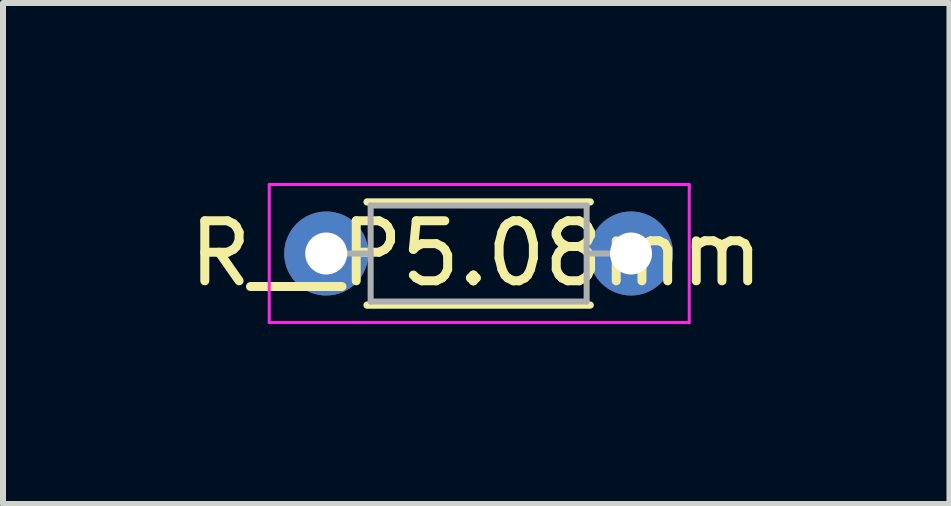
<source format=kicad_pcb>
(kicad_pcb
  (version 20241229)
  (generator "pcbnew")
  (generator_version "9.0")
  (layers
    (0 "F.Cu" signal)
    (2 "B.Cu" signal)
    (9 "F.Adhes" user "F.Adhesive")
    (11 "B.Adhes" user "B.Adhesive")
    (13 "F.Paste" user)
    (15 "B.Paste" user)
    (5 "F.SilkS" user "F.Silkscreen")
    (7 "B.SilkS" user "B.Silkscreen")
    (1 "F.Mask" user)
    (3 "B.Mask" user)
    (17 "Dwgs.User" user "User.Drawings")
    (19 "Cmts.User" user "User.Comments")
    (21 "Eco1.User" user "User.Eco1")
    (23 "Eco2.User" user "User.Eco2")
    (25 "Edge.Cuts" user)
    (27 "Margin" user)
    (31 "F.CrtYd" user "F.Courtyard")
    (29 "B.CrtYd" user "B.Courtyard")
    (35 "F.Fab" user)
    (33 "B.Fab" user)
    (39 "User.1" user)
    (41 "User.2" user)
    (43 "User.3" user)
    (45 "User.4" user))
  (footprint "R__P5.08mm"
    (layer "F.Cu")
    (at 4.887 1.175)
    (property "Reference" "R__P5.08mm" (at 0 0 0) (layer "F.SilkS") (effects (font (size 1 1) (thickness 0.15))))
    (attr through_hole)
    (fp_line (start -1.82 -0.86) (end 1.9 -0.86) (stroke (width 0.12) (type solid)) (layer "F.SilkS"))
    (fp_line (start -1.82 0.86) (end 1.9 0.86) (stroke (width 0.12) (type solid)) (layer "F.SilkS"))
    (fp_line (start -3.45 -1.15) (end -3.45 1.15) (stroke (width 0.05) (type solid)) (layer "F.CrtYd"))
    (fp_line (start -3.45 1.15) (end 3.55 1.15) (stroke (width 0.05) (type solid)) (layer "F.CrtYd"))
    (fp_line (start 3.55 -1.15) (end -3.45 -1.15) (stroke (width 0.05) (type solid)) (layer "F.CrtYd"))
    (fp_line (start 3.55 1.15) (end 3.55 -1.15) (stroke (width 0.05) (type solid)) (layer "F.CrtYd"))
    (fp_line (start -2.5 0) (end -1.76 0) (stroke (width 0.1) (type solid)) (layer "F.Fab"))
    (fp_line (start -1.76 -0.8) (end -1.76 0.8) (stroke (width 0.1) (type solid)) (layer "F.Fab"))
    (fp_line (start -1.76 0.8) (end 1.84 0.8) (stroke (width 0.1) (type solid)) (layer "F.Fab"))
    (fp_line (start 1.84 -0.8) (end -1.76 -0.8) (stroke (width 0.1) (type solid)) (layer "F.Fab"))
    (fp_line (start 1.84 0.8) (end 1.84 -0.8) (stroke (width 0.1) (type solid)) (layer "F.Fab"))
    (fp_line (start 2.58 0) (end 1.84 0) (stroke (width 0.1) (type solid)) (layer "F.Fab"))
    (pad "1" thru_hole circle (at -2.5 0) (size 1.4 1.4) (drill 0.7) (layers "*.Cu" "*.Mask"))
    (pad "2" thru_hole oval (at 2.58 0) (size 1.4 1.4) (drill 0.7) (layers "*.Cu" "*.Mask")))
  (gr_rect
    (start -3 -3)
    (end 12.774 5.35)
    (stroke (width 0.1) (type default))
    (fill no)
    (layer "Edge.Cuts")))
</source>
